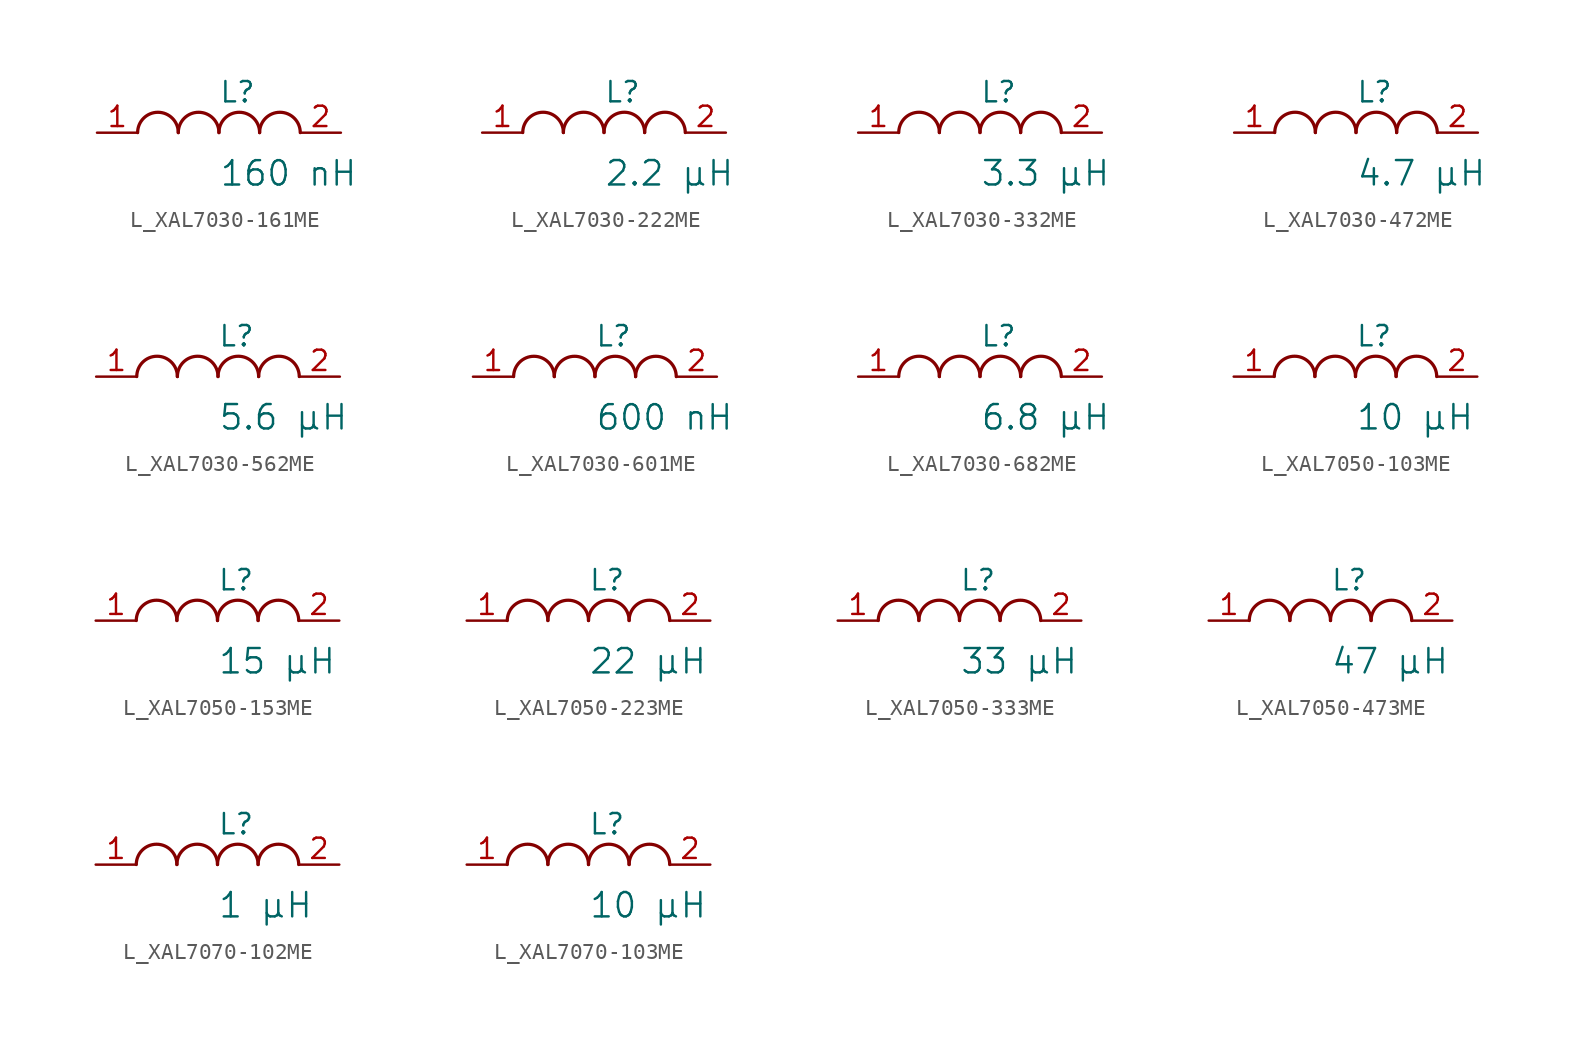
<source format=kicad_sym>
(kicad_symbol_lib
  (version 20231120)
  (generator "kicad_symbol_editor")
  (generator_version "8.0")
  (symbol "L_XAL7030-161ME"
    (pin_names
      (offset 0.254))
    (property "Reference" "L"
      (at 0 2.54 0)
      (effects (font (size 1.27 1.27)) (justify left)))
    (property "Value" "160 nH"
      (at 0 -2.54 0)
      (effects (font (size 1.524 1.524)) (justify left)))
    (symbol "L_XAL7030-161ME_1_1"
      (arc (start -2.54 0.0056) (mid -3.81 1.27) (end -5.08 0.0056) (stroke (width 0.2032) (type default)) (fill (type none)))
      (arc (start 0 0.0056) (mid -1.27 1.27) (end -2.54 0.0056) (stroke (width 0.2032) (type default)) (fill (type none)))
      (arc (start 2.54 0.0056) (mid 1.27 1.27) (end 0 0.0056) (stroke (width 0.2032) (type default)) (fill (type none)))
      (arc (start 5.08 0.0056) (mid 3.81 1.27) (end 2.54 0.0056) (stroke (width 0.2032) (type default)) (fill (type none)))
      (pin unspecified line (at -7.62 0 0) (length 2.54) (name "" (effects (font (size 1.27 1.27)))) (number "1" (effects (font (size 1.27 1.27)))))
      (pin unspecified line (at 7.62 0 180) (length 2.54) (name "" (effects (font (size 1.27 1.27)))) (number "2" (effects (font (size 1.27 1.27)))))))
  (symbol "L_XAL7030-222ME"
    (pin_names
      (offset 0.254))
    (property "Reference" "L"
      (at 0 2.54 0)
      (effects (font (size 1.27 1.27)) (justify left)))
    (property "Value" "2.2 µH"
      (at 0 -2.54 0)
      (effects (font (size 1.524 1.524)) (justify left)))
    (symbol "L_XAL7030-222ME_1_1"
      (arc (start -2.54 0.0056) (mid -3.81 1.27) (end -5.08 0.0056) (stroke (width 0.2032) (type default)) (fill (type none)))
      (arc (start 0 0.0056) (mid -1.27 1.27) (end -2.54 0.0056) (stroke (width 0.2032) (type default)) (fill (type none)))
      (arc (start 2.54 0.0056) (mid 1.27 1.27) (end 0 0.0056) (stroke (width 0.2032) (type default)) (fill (type none)))
      (arc (start 5.08 0.0056) (mid 3.81 1.27) (end 2.54 0.0056) (stroke (width 0.2032) (type default)) (fill (type none)))
      (pin unspecified line (at -7.62 0 0) (length 2.54) (name "" (effects (font (size 1.27 1.27)))) (number "1" (effects (font (size 1.27 1.27)))))
      (pin unspecified line (at 7.62 0 180) (length 2.54) (name "" (effects (font (size 1.27 1.27)))) (number "2" (effects (font (size 1.27 1.27)))))))
  (symbol "L_XAL7030-332ME"
    (pin_names
      (offset 0.254))
    (property "Reference" "L"
      (at 0 2.54 0)
      (effects (font (size 1.27 1.27)) (justify left)))
    (property "Value" "3.3 µH"
      (at 0 -2.54 0)
      (effects (font (size 1.524 1.524)) (justify left)))
    (symbol "L_XAL7030-332ME_1_1"
      (arc (start -2.54 0.0056) (mid -3.81 1.27) (end -5.08 0.0056) (stroke (width 0.2032) (type default)) (fill (type none)))
      (arc (start 0 0.0056) (mid -1.27 1.27) (end -2.54 0.0056) (stroke (width 0.2032) (type default)) (fill (type none)))
      (arc (start 2.54 0.0056) (mid 1.27 1.27) (end 0 0.0056) (stroke (width 0.2032) (type default)) (fill (type none)))
      (arc (start 5.08 0.0056) (mid 3.81 1.27) (end 2.54 0.0056) (stroke (width 0.2032) (type default)) (fill (type none)))
      (pin unspecified line (at -7.62 0 0) (length 2.54) (name "" (effects (font (size 1.27 1.27)))) (number "1" (effects (font (size 1.27 1.27)))))
      (pin unspecified line (at 7.62 0 180) (length 2.54) (name "" (effects (font (size 1.27 1.27)))) (number "2" (effects (font (size 1.27 1.27)))))))
  (symbol "L_XAL7030-472ME"
    (pin_names
      (offset 0.254))
    (property "Reference" "L"
      (at 0 2.54 0)
      (effects (font (size 1.27 1.27)) (justify left)))
    (property "Value" "4.7 µH"
      (at 0 -2.54 0)
      (effects (font (size 1.524 1.524)) (justify left)))
    (symbol "L_XAL7030-472ME_1_1"
      (arc (start -2.54 0.0056) (mid -3.81 1.27) (end -5.08 0.0056) (stroke (width 0.2032) (type default)) (fill (type none)))
      (arc (start 0 0.0056) (mid -1.27 1.27) (end -2.54 0.0056) (stroke (width 0.2032) (type default)) (fill (type none)))
      (arc (start 2.54 0.0056) (mid 1.27 1.27) (end 0 0.0056) (stroke (width 0.2032) (type default)) (fill (type none)))
      (arc (start 5.08 0.0056) (mid 3.81 1.27) (end 2.54 0.0056) (stroke (width 0.2032) (type default)) (fill (type none)))
      (pin unspecified line (at -7.62 0 0) (length 2.54) (name "" (effects (font (size 1.27 1.27)))) (number "1" (effects (font (size 1.27 1.27)))))
      (pin unspecified line (at 7.62 0 180) (length 2.54) (name "" (effects (font (size 1.27 1.27)))) (number "2" (effects (font (size 1.27 1.27)))))))
  (symbol "L_XAL7030-562ME"
    (pin_names
      (offset 0.254))
    (property "Reference" "L"
      (at 0 2.54 0)
      (effects (font (size 1.27 1.27)) (justify left)))
    (property "Value" "5.6 µH"
      (at 0 -2.54 0)
      (effects (font (size 1.524 1.524)) (justify left)))
    (symbol "L_XAL7030-562ME_1_1"
      (arc (start -2.54 0.0056) (mid -3.81 1.27) (end -5.08 0.0056) (stroke (width 0.2032) (type default)) (fill (type none)))
      (arc (start 0 0.0056) (mid -1.27 1.27) (end -2.54 0.0056) (stroke (width 0.2032) (type default)) (fill (type none)))
      (arc (start 2.54 0.0056) (mid 1.27 1.27) (end 0 0.0056) (stroke (width 0.2032) (type default)) (fill (type none)))
      (arc (start 5.08 0.0056) (mid 3.81 1.27) (end 2.54 0.0056) (stroke (width 0.2032) (type default)) (fill (type none)))
      (pin unspecified line (at -7.62 0 0) (length 2.54) (name "" (effects (font (size 1.27 1.27)))) (number "1" (effects (font (size 1.27 1.27)))))
      (pin unspecified line (at 7.62 0 180) (length 2.54) (name "" (effects (font (size 1.27 1.27)))) (number "2" (effects (font (size 1.27 1.27)))))))
  (symbol "L_XAL7030-601ME"
    (pin_names
      (offset 0.254))
    (property "Reference" "L"
      (at 0 2.54 0)
      (effects (font (size 1.27 1.27)) (justify left)))
    (property "Value" "600 nH"
      (at 0 -2.54 0)
      (effects (font (size 1.524 1.524)) (justify left)))
    (symbol "L_XAL7030-601ME_1_1"
      (arc (start -2.54 0.0056) (mid -3.81 1.27) (end -5.08 0.0056) (stroke (width 0.2032) (type default)) (fill (type none)))
      (arc (start 0 0.0056) (mid -1.27 1.27) (end -2.54 0.0056) (stroke (width 0.2032) (type default)) (fill (type none)))
      (arc (start 2.54 0.0056) (mid 1.27 1.27) (end 0 0.0056) (stroke (width 0.2032) (type default)) (fill (type none)))
      (arc (start 5.08 0.0056) (mid 3.81 1.27) (end 2.54 0.0056) (stroke (width 0.2032) (type default)) (fill (type none)))
      (pin unspecified line (at -7.62 0 0) (length 2.54) (name "" (effects (font (size 1.27 1.27)))) (number "1" (effects (font (size 1.27 1.27)))))
      (pin unspecified line (at 7.62 0 180) (length 2.54) (name "" (effects (font (size 1.27 1.27)))) (number "2" (effects (font (size 1.27 1.27)))))))
  (symbol "L_XAL7030-682ME"
    (pin_names
      (offset 0.254))
    (property "Reference" "L"
      (at 0 2.54 0)
      (effects (font (size 1.27 1.27)) (justify left)))
    (property "Value" "6.8 µH"
      (at 0 -2.54 0)
      (effects (font (size 1.524 1.524)) (justify left)))
    (symbol "L_XAL7030-682ME_1_1"
      (arc (start -2.54 0.0056) (mid -3.81 1.27) (end -5.08 0.0056) (stroke (width 0.2032) (type default)) (fill (type none)))
      (arc (start 0 0.0056) (mid -1.27 1.27) (end -2.54 0.0056) (stroke (width 0.2032) (type default)) (fill (type none)))
      (arc (start 2.54 0.0056) (mid 1.27 1.27) (end 0 0.0056) (stroke (width 0.2032) (type default)) (fill (type none)))
      (arc (start 5.08 0.0056) (mid 3.81 1.27) (end 2.54 0.0056) (stroke (width 0.2032) (type default)) (fill (type none)))
      (pin unspecified line (at -7.62 0 0) (length 2.54) (name "" (effects (font (size 1.27 1.27)))) (number "1" (effects (font (size 1.27 1.27)))))
      (pin unspecified line (at 7.62 0 180) (length 2.54) (name "" (effects (font (size 1.27 1.27)))) (number "2" (effects (font (size 1.27 1.27)))))))
  (symbol "L_XAL7050-103ME"
    (pin_names
      (offset 0.254))
    (property "Reference" "L"
      (at 0 2.54 0)
      (effects (font (size 1.27 1.27)) (justify left)))
    (property "Value" "10 µH"
      (at 0 -2.54 0)
      (effects (font (size 1.524 1.524)) (justify left)))
    (symbol "L_XAL7050-103ME_1_1"
      (arc (start -2.54 0.0056) (mid -3.81 1.27) (end -5.08 0.0056) (stroke (width 0.2032) (type default)) (fill (type none)))
      (arc (start 0 0.0056) (mid -1.27 1.27) (end -2.54 0.0056) (stroke (width 0.2032) (type default)) (fill (type none)))
      (arc (start 2.54 0.0056) (mid 1.27 1.27) (end 0 0.0056) (stroke (width 0.2032) (type default)) (fill (type none)))
      (arc (start 5.08 0.0056) (mid 3.81 1.27) (end 2.54 0.0056) (stroke (width 0.2032) (type default)) (fill (type none)))
      (pin unspecified line (at -7.62 0 0) (length 2.54) (name "" (effects (font (size 1.27 1.27)))) (number "1" (effects (font (size 1.27 1.27)))))
      (pin unspecified line (at 7.62 0 180) (length 2.54) (name "" (effects (font (size 1.27 1.27)))) (number "2" (effects (font (size 1.27 1.27)))))))
  (symbol "L_XAL7050-153ME"
    (pin_names
      (offset 0.254))
    (property "Reference" "L"
      (at 0 2.54 0)
      (effects (font (size 1.27 1.27)) (justify left)))
    (property "Value" "15 µH"
      (at 0 -2.54 0)
      (effects (font (size 1.524 1.524)) (justify left)))
    (symbol "L_XAL7050-153ME_1_1"
      (arc (start -2.54 0.0056) (mid -3.81 1.27) (end -5.08 0.0056) (stroke (width 0.2032) (type default)) (fill (type none)))
      (arc (start 0 0.0056) (mid -1.27 1.27) (end -2.54 0.0056) (stroke (width 0.2032) (type default)) (fill (type none)))
      (arc (start 2.54 0.0056) (mid 1.27 1.27) (end 0 0.0056) (stroke (width 0.2032) (type default)) (fill (type none)))
      (arc (start 5.08 0.0056) (mid 3.81 1.27) (end 2.54 0.0056) (stroke (width 0.2032) (type default)) (fill (type none)))
      (pin unspecified line (at -7.62 0 0) (length 2.54) (name "" (effects (font (size 1.27 1.27)))) (number "1" (effects (font (size 1.27 1.27)))))
      (pin unspecified line (at 7.62 0 180) (length 2.54) (name "" (effects (font (size 1.27 1.27)))) (number "2" (effects (font (size 1.27 1.27)))))))
  (symbol "L_XAL7050-223ME"
    (pin_names
      (offset 0.254))
    (property "Reference" "L"
      (at 0 2.54 0)
      (effects (font (size 1.27 1.27)) (justify left)))
    (property "Value" "22 µH"
      (at 0 -2.54 0)
      (effects (font (size 1.524 1.524)) (justify left)))
    (symbol "L_XAL7050-223ME_1_1"
      (arc (start -2.54 0.0056) (mid -3.81 1.27) (end -5.08 0.0056) (stroke (width 0.2032) (type default)) (fill (type none)))
      (arc (start 0 0.0056) (mid -1.27 1.27) (end -2.54 0.0056) (stroke (width 0.2032) (type default)) (fill (type none)))
      (arc (start 2.54 0.0056) (mid 1.27 1.27) (end 0 0.0056) (stroke (width 0.2032) (type default)) (fill (type none)))
      (arc (start 5.08 0.0056) (mid 3.81 1.27) (end 2.54 0.0056) (stroke (width 0.2032) (type default)) (fill (type none)))
      (pin unspecified line (at -7.62 0 0) (length 2.54) (name "" (effects (font (size 1.27 1.27)))) (number "1" (effects (font (size 1.27 1.27)))))
      (pin unspecified line (at 7.62 0 180) (length 2.54) (name "" (effects (font (size 1.27 1.27)))) (number "2" (effects (font (size 1.27 1.27)))))))
  (symbol "L_XAL7050-333ME"
    (pin_names
      (offset 0.254))
    (property "Reference" "L"
      (at 0 2.54 0)
      (effects (font (size 1.27 1.27)) (justify left)))
    (property "Value" "33 µH"
      (at 0 -2.54 0)
      (effects (font (size 1.524 1.524)) (justify left)))
    (symbol "L_XAL7050-333ME_1_1"
      (arc (start -2.54 0.0056) (mid -3.81 1.27) (end -5.08 0.0056) (stroke (width 0.2032) (type default)) (fill (type none)))
      (arc (start 0 0.0056) (mid -1.27 1.27) (end -2.54 0.0056) (stroke (width 0.2032) (type default)) (fill (type none)))
      (arc (start 2.54 0.0056) (mid 1.27 1.27) (end 0 0.0056) (stroke (width 0.2032) (type default)) (fill (type none)))
      (arc (start 5.08 0.0056) (mid 3.81 1.27) (end 2.54 0.0056) (stroke (width 0.2032) (type default)) (fill (type none)))
      (pin unspecified line (at -7.62 0 0) (length 2.54) (name "" (effects (font (size 1.27 1.27)))) (number "1" (effects (font (size 1.27 1.27)))))
      (pin unspecified line (at 7.62 0 180) (length 2.54) (name "" (effects (font (size 1.27 1.27)))) (number "2" (effects (font (size 1.27 1.27)))))))
  (symbol "L_XAL7050-473ME"
    (pin_names
      (offset 0.254))
    (property "Reference" "L"
      (at 0 2.54 0)
      (effects (font (size 1.27 1.27)) (justify left)))
    (property "Value" "47 µH"
      (at 0 -2.54 0)
      (effects (font (size 1.524 1.524)) (justify left)))
    (symbol "L_XAL7050-473ME_1_1"
      (arc (start -2.54 0.0056) (mid -3.81 1.27) (end -5.08 0.0056) (stroke (width 0.2032) (type default)) (fill (type none)))
      (arc (start 0 0.0056) (mid -1.27 1.27) (end -2.54 0.0056) (stroke (width 0.2032) (type default)) (fill (type none)))
      (arc (start 2.54 0.0056) (mid 1.27 1.27) (end 0 0.0056) (stroke (width 0.2032) (type default)) (fill (type none)))
      (arc (start 5.08 0.0056) (mid 3.81 1.27) (end 2.54 0.0056) (stroke (width 0.2032) (type default)) (fill (type none)))
      (pin unspecified line (at -7.62 0 0) (length 2.54) (name "" (effects (font (size 1.27 1.27)))) (number "1" (effects (font (size 1.27 1.27)))))
      (pin unspecified line (at 7.62 0 180) (length 2.54) (name "" (effects (font (size 1.27 1.27)))) (number "2" (effects (font (size 1.27 1.27)))))))
  (symbol "L_XAL7070-102ME"
    (pin_names
      (offset 0.254))
    (property "Reference" "L"
      (at 0 2.54 0)
      (effects (font (size 1.27 1.27)) (justify left)))
    (property "Value" "1 µH"
      (at 0 -2.54 0)
      (effects (font (size 1.524 1.524)) (justify left)))
    (symbol "L_XAL7070-102ME_1_1"
      (arc (start -2.54 0.0056) (mid -3.81 1.27) (end -5.08 0.0056) (stroke (width 0.2032) (type default)) (fill (type none)))
      (arc (start 0 0.0056) (mid -1.27 1.27) (end -2.54 0.0056) (stroke (width 0.2032) (type default)) (fill (type none)))
      (arc (start 2.54 0.0056) (mid 1.27 1.27) (end 0 0.0056) (stroke (width 0.2032) (type default)) (fill (type none)))
      (arc (start 5.08 0.0056) (mid 3.81 1.27) (end 2.54 0.0056) (stroke (width 0.2032) (type default)) (fill (type none)))
      (pin unspecified line (at -7.62 0 0) (length 2.54) (name "" (effects (font (size 1.27 1.27)))) (number "1" (effects (font (size 1.27 1.27)))))
      (pin unspecified line (at 7.62 0 180) (length 2.54) (name "" (effects (font (size 1.27 1.27)))) (number "2" (effects (font (size 1.27 1.27)))))))
  (symbol "L_XAL7070-103ME"
    (pin_names
      (offset 0.254))
    (property "Reference" "L"
      (at 0 2.54 0)
      (effects (font (size 1.27 1.27)) (justify left)))
    (property "Value" "10 µH"
      (at 0 -2.54 0)
      (effects (font (size 1.524 1.524)) (justify left)))
    (symbol "L_XAL7070-103ME_1_1"
      (arc (start -2.54 0.0056) (mid -3.81 1.27) (end -5.08 0.0056) (stroke (width 0.2032) (type default)) (fill (type none)))
      (arc (start 0 0.0056) (mid -1.27 1.27) (end -2.54 0.0056) (stroke (width 0.2032) (type default)) (fill (type none)))
      (arc (start 2.54 0.0056) (mid 1.27 1.27) (end 0 0.0056) (stroke (width 0.2032) (type default)) (fill (type none)))
      (arc (start 5.08 0.0056) (mid 3.81 1.27) (end 2.54 0.0056) (stroke (width 0.2032) (type default)) (fill (type none)))
      (pin unspecified line (at -7.62 0 0) (length 2.54) (name "" (effects (font (size 1.27 1.27)))) (number "1" (effects (font (size 1.27 1.27)))))
      (pin unspecified line (at 7.62 0 180) (length 2.54) (name "" (effects (font (size 1.27 1.27)))) (number "2" (effects (font (size 1.27 1.27))))))))
</source>
